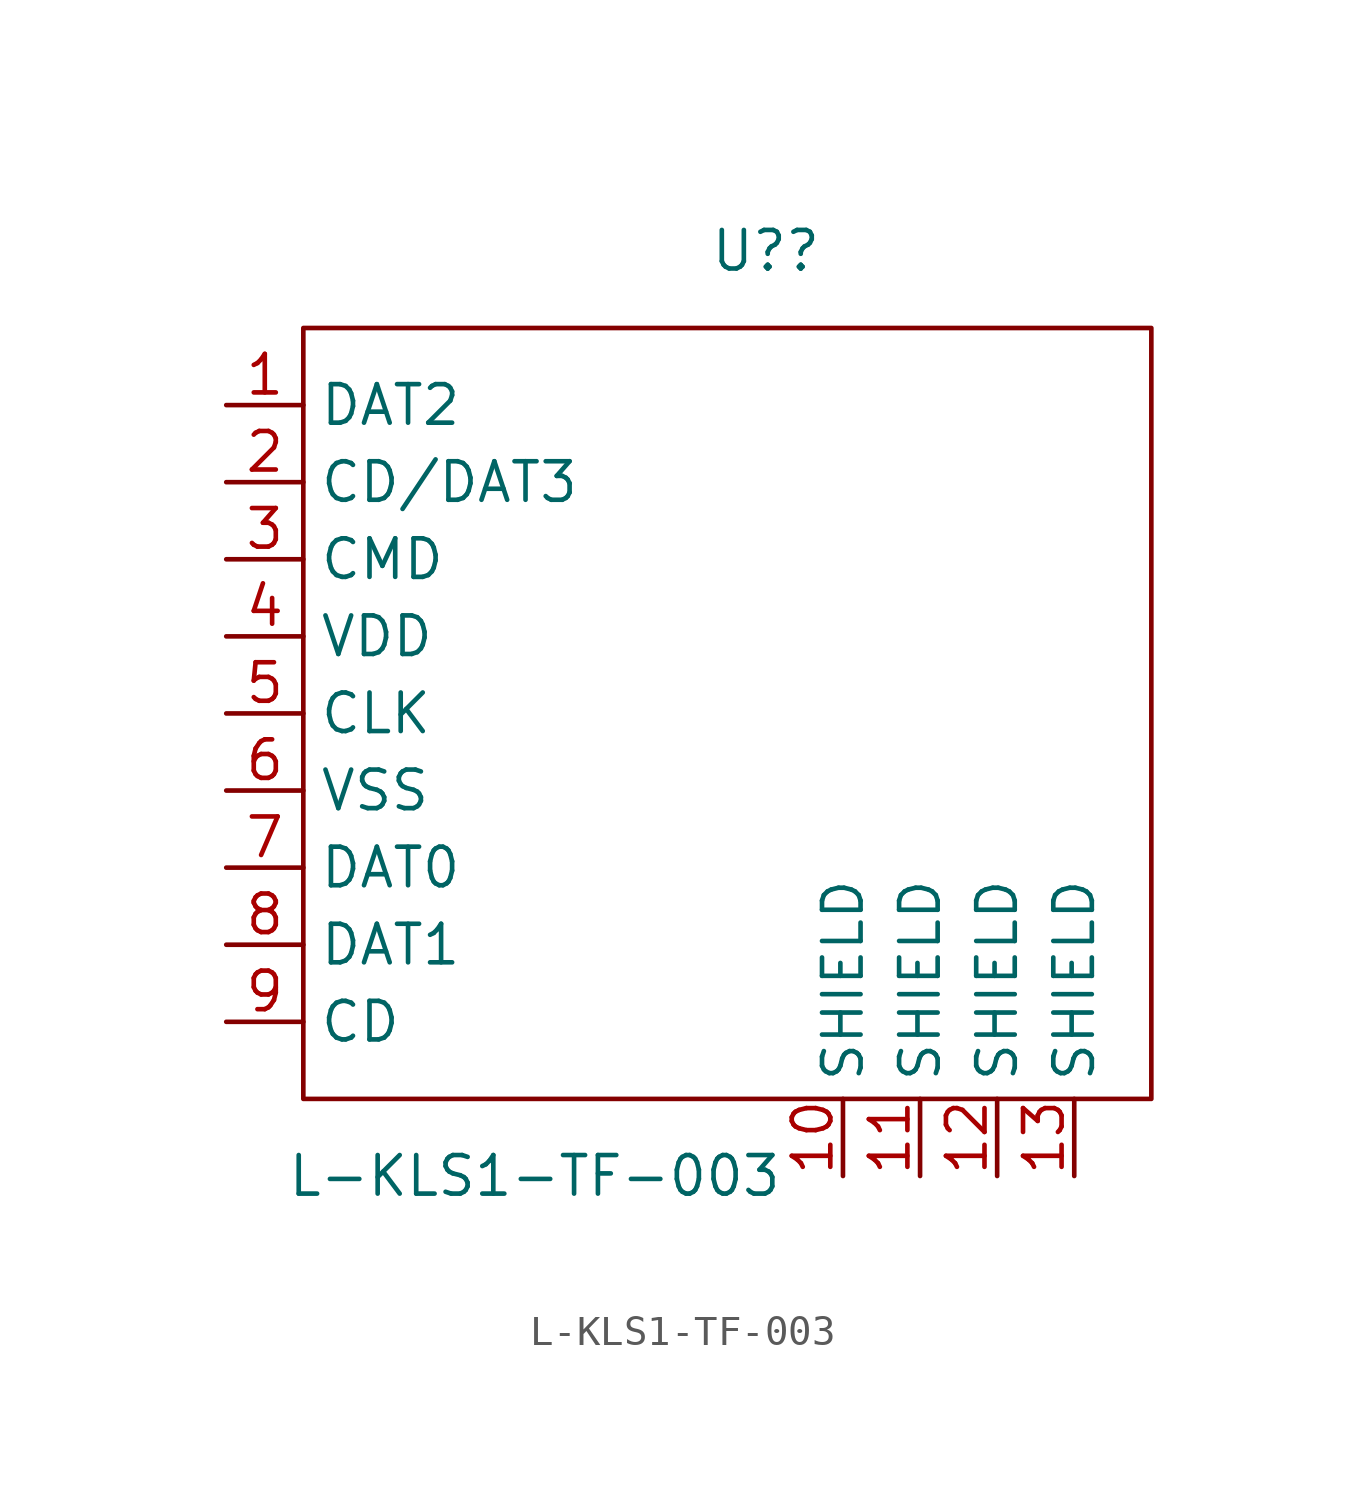
<source format=kicad_sym>
(kicad_symbol_lib
  (version 20211014)
  (generator kicad_symbol_editor)
  (symbol "L-KLS1-TF-003"
    (property "Reference" "U?"
      (at 10.16 15.24 0)
      (effects (font (size 1.27 1.27))))
    (property "Value" "L-KLS1-TF-003"
      (at 2.54 -15.24 0)
      (effects (font (size 1.27 1.27))))
    (symbol "L-KLS1-TF-003_0_1"
      (rectangle (start -5.08 12.7) (end 22.86 -12.7) (stroke (width 0) (type default) (color 0 0 0 0)) (fill (type none))))
    (symbol "L-KLS1-TF-003_1_1"
      (pin input line (at -7.62 10.16 0) (length 2.54) (name "DAT2" (effects (font (size 1.27 1.27)))) (number "1" (effects (font (size 1.27 1.27)))))
      (pin input line (at 12.7 -15.24 90) (length 2.54) (name "SHIELD" (effects (font (size 1.27 1.27)))) (number "10" (effects (font (size 1.27 1.27)))))
      (pin input line (at 15.24 -15.24 90) (length 2.54) (name "SHIELD" (effects (font (size 1.27 1.27)))) (number "11" (effects (font (size 1.27 1.27)))))
      (pin input line (at 17.78 -15.24 90) (length 2.54) (name "SHIELD" (effects (font (size 1.27 1.27)))) (number "12" (effects (font (size 1.27 1.27)))))
      (pin input line (at 20.32 -15.24 90) (length 2.54) (name "SHIELD" (effects (font (size 1.27 1.27)))) (number "13" (effects (font (size 1.27 1.27)))))
      (pin input line (at -7.62 7.62 0) (length 2.54) (name "CD/DAT3" (effects (font (size 1.27 1.27)))) (number "2" (effects (font (size 1.27 1.27)))))
      (pin input line (at -7.62 5.08 0) (length 2.54) (name "CMD" (effects (font (size 1.27 1.27)))) (number "3" (effects (font (size 1.27 1.27)))))
      (pin input line (at -7.62 2.54 0) (length 2.54) (name "VDD" (effects (font (size 1.27 1.27)))) (number "4" (effects (font (size 1.27 1.27)))))
      (pin input line (at -7.62 0 0) (length 2.54) (name "CLK" (effects (font (size 1.27 1.27)))) (number "5" (effects (font (size 1.27 1.27)))))
      (pin input line (at -7.62 -2.54 0) (length 2.54) (name "VSS" (effects (font (size 1.27 1.27)))) (number "6" (effects (font (size 1.27 1.27)))))
      (pin input line (at -7.62 -5.08 0) (length 2.54) (name "DAT0" (effects (font (size 1.27 1.27)))) (number "7" (effects (font (size 1.27 1.27)))))
      (pin input line (at -7.62 -7.62 0) (length 2.54) (name "DAT1" (effects (font (size 1.27 1.27)))) (number "8" (effects (font (size 1.27 1.27)))))
      (pin input line (at -7.62 -10.16 0) (length 2.54) (name "CD" (effects (font (size 1.27 1.27)))) (number "9" (effects (font (size 1.27 1.27))))))))
</source>
